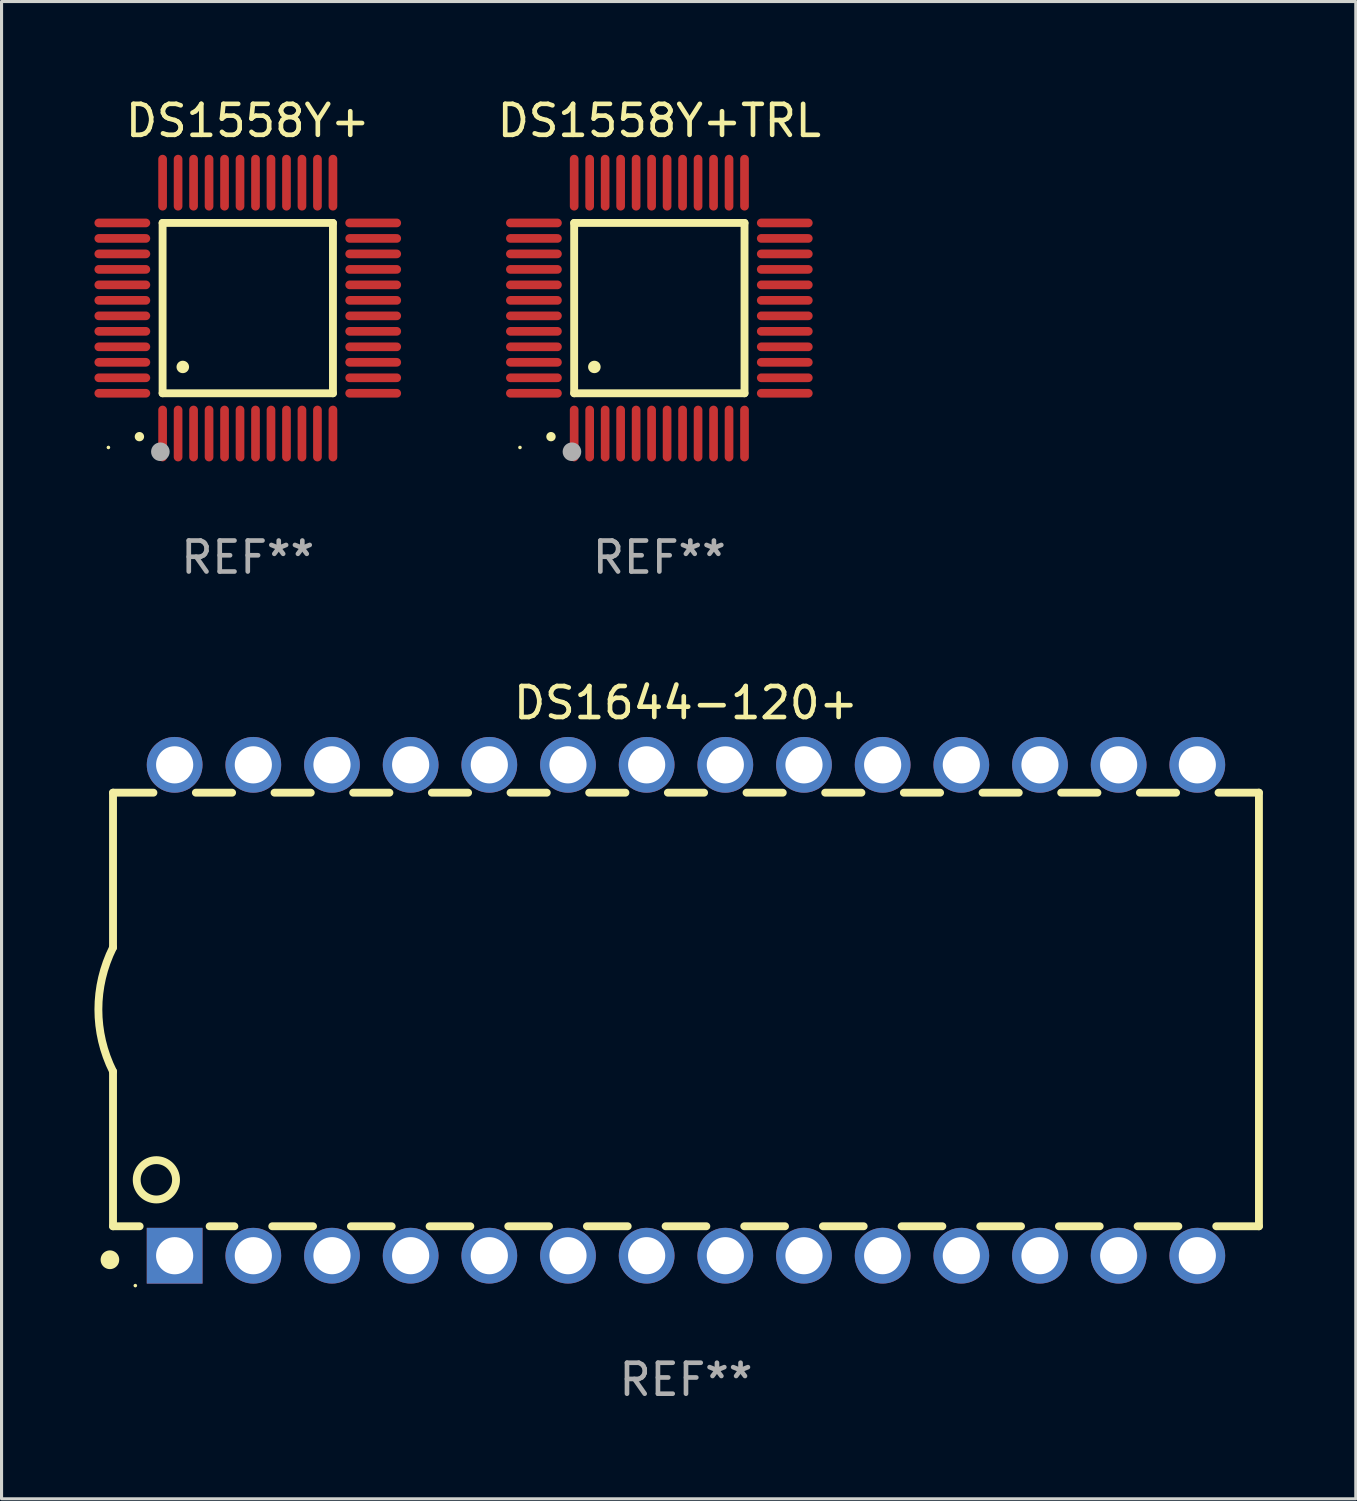
<source format=kicad_pcb>
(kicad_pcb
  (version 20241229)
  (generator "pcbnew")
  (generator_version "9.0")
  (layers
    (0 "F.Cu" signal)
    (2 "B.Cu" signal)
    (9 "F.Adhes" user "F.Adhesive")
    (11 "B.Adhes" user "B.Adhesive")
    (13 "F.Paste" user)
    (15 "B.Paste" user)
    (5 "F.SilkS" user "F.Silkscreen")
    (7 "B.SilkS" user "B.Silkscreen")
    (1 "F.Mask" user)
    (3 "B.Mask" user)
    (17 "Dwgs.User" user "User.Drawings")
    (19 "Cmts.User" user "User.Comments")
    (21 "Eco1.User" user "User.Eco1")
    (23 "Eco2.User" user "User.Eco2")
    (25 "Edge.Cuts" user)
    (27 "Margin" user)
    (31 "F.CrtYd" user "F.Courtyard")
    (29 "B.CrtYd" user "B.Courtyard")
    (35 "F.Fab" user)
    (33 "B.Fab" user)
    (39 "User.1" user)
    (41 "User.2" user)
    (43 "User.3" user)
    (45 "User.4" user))
  (footprint "DS1558Y+TRL"
    (layer "F.Cu")
    (at 18.239 6.898)
    (property "Reference" "DS1558Y+TRL" (at 0 -6.05 0) (layer "F.SilkS") (effects (font (size 1 1) (thickness 0.15))))
    (attr through_hole)
    (fp_line (start -2.75 -2.75) (end 2.75 -2.75) (stroke (width 0.254) (type solid)) (layer "F.SilkS"))
    (fp_line (start -2.75 2.75) (end -2.75 -2.75) (stroke (width 0.254) (type solid)) (layer "F.SilkS"))
    (fp_line (start 2.75 -2.75) (end 2.75 2.75) (stroke (width 0.254) (type solid)) (layer "F.SilkS"))
    (fp_line (start 2.75 2.75) (end -2.75 2.75) (stroke (width 0.254) (type solid)) (layer "F.SilkS"))
    (fp_arc (start -3.500127 4.150368) (mid -3.498857 4.150363) (end -3.497587 4.150368) (stroke (width 0.3) (type solid)) (layer "F.SilkS"))
    (fp_arc (start -2.100584 1.899924) (mid -2.098044 1.899908) (end -2.095504 1.899924) (stroke (width 0.4) (type solid)) (layer "F.SilkS"))
    (fp_circle (center -4.5 4.5) (end -4.47 4.5) (stroke (width 0.06) (type solid)) (fill no) (layer "F.SilkS"))
    (fp_circle (center -2.822 4.638) (end -2.672 4.638) (stroke (width 0.3) (type solid)) (fill no) (layer "F.Fab"))
    (fp_text user "REF**" (at 0 8.05 0) (layer "F.Fab") (effects (font (size 1 1) (thickness 0.15))))
    (pad "1" smd oval (at -2.75 4.05) (size 0.28 1.8) (layers "F.Cu" "F.Mask" "F.Paste"))
    (pad "2" smd oval (at -2.25 4.05) (size 0.28 1.8) (layers "F.Cu" "F.Mask" "F.Paste"))
    (pad "3" smd oval (at -1.75 4.05) (size 0.28 1.8) (layers "F.Cu" "F.Mask" "F.Paste"))
    (pad "4" smd oval (at -1.25 4.05) (size 0.28 1.8) (layers "F.Cu" "F.Mask" "F.Paste"))
    (pad "5" smd oval (at -0.75 4.05) (size 0.28 1.8) (layers "F.Cu" "F.Mask" "F.Paste"))
    (pad "6" smd oval (at -0.25 4.05) (size 0.28 1.8) (layers "F.Cu" "F.Mask" "F.Paste"))
    (pad "7" smd oval (at 0.25 4.05) (size 0.28 1.8) (layers "F.Cu" "F.Mask" "F.Paste"))
    (pad "8" smd oval (at 0.75 4.05) (size 0.28 1.8) (layers "F.Cu" "F.Mask" "F.Paste"))
    (pad "9" smd oval (at 1.25 4.05) (size 0.28 1.8) (layers "F.Cu" "F.Mask" "F.Paste"))
    (pad "10" smd oval (at 1.75 4.05) (size 0.28 1.8) (layers "F.Cu" "F.Mask" "F.Paste"))
    (pad "11" smd oval (at 2.25 4.05) (size 0.28 1.8) (layers "F.Cu" "F.Mask" "F.Paste"))
    (pad "12" smd oval (at 2.75 4.05) (size 0.28 1.8) (layers "F.Cu" "F.Mask" "F.Paste"))
    (pad "13" smd oval (at 4.05 2.75) (size 1.8 0.28) (layers "F.Cu" "F.Mask" "F.Paste"))
    (pad "14" smd oval (at 4.05 2.25) (size 1.8 0.28) (layers "F.Cu" "F.Mask" "F.Paste"))
    (pad "15" smd oval (at 4.05 1.75) (size 1.8 0.28) (layers "F.Cu" "F.Mask" "F.Paste"))
    (pad "16" smd oval (at 4.05 1.25) (size 1.8 0.28) (layers "F.Cu" "F.Mask" "F.Paste"))
    (pad "17" smd oval (at 4.05 0.75) (size 1.8 0.28) (layers "F.Cu" "F.Mask" "F.Paste"))
    (pad "18" smd oval (at 4.05 0.25) (size 1.8 0.28) (layers "F.Cu" "F.Mask" "F.Paste"))
    (pad "19" smd oval (at 4.05 -0.25) (size 1.8 0.28) (layers "F.Cu" "F.Mask" "F.Paste"))
    (pad "20" smd oval (at 4.05 -0.75) (size 1.8 0.28) (layers "F.Cu" "F.Mask" "F.Paste"))
    (pad "21" smd oval (at 4.05 -1.25) (size 1.8 0.28) (layers "F.Cu" "F.Mask" "F.Paste"))
    (pad "22" smd oval (at 4.05 -1.75) (size 1.8 0.28) (layers "F.Cu" "F.Mask" "F.Paste"))
    (pad "23" smd oval (at 4.05 -2.25) (size 1.8 0.28) (layers "F.Cu" "F.Mask" "F.Paste"))
    (pad "24" smd oval (at 4.05 -2.75) (size 1.8 0.28) (layers "F.Cu" "F.Mask" "F.Paste"))
    (pad "25" smd oval (at 2.75 -4.05) (size 0.28 1.8) (layers "F.Cu" "F.Mask" "F.Paste"))
    (pad "26" smd oval (at 2.25 -4.05) (size 0.28 1.8) (layers "F.Cu" "F.Mask" "F.Paste"))
    (pad "27" smd oval (at 1.75 -4.05) (size 0.28 1.8) (layers "F.Cu" "F.Mask" "F.Paste"))
    (pad "28" smd oval (at 1.25 -4.05) (size 0.28 1.8) (layers "F.Cu" "F.Mask" "F.Paste"))
    (pad "29" smd oval (at 0.75 -4.05) (size 0.28 1.8) (layers "F.Cu" "F.Mask" "F.Paste"))
    (pad "30" smd oval (at 0.25 -4.05) (size 0.28 1.8) (layers "F.Cu" "F.Mask" "F.Paste"))
    (pad "31" smd oval (at -0.25 -4.05) (size 0.28 1.8) (layers "F.Cu" "F.Mask" "F.Paste"))
    (pad "32" smd oval (at -0.75 -4.05) (size 0.28 1.8) (layers "F.Cu" "F.Mask" "F.Paste"))
    (pad "33" smd oval (at -1.25 -4.05) (size 0.28 1.8) (layers "F.Cu" "F.Mask" "F.Paste"))
    (pad "34" smd oval (at -1.75 -4.05) (size 0.28 1.8) (layers "F.Cu" "F.Mask" "F.Paste"))
    (pad "35" smd oval (at -2.25 -4.05) (size 0.28 1.8) (layers "F.Cu" "F.Mask" "F.Paste"))
    (pad "36" smd oval (at -2.75 -4.05) (size 0.28 1.8) (layers "F.Cu" "F.Mask" "F.Paste"))
    (pad "37" smd oval (at -4.05 -2.75) (size 1.8 0.28) (layers "F.Cu" "F.Mask" "F.Paste"))
    (pad "38" smd oval (at -4.05 -2.25) (size 1.8 0.28) (layers "F.Cu" "F.Mask" "F.Paste"))
    (pad "39" smd oval (at -4.05 -1.75) (size 1.8 0.28) (layers "F.Cu" "F.Mask" "F.Paste"))
    (pad "40" smd oval (at -4.05 -1.25) (size 1.8 0.28) (layers "F.Cu" "F.Mask" "F.Paste"))
    (pad "41" smd oval (at -4.05 -0.75) (size 1.8 0.28) (layers "F.Cu" "F.Mask" "F.Paste"))
    (pad "42" smd oval (at -4.05 -0.25) (size 1.8 0.28) (layers "F.Cu" "F.Mask" "F.Paste"))
    (pad "43" smd oval (at -4.05 0.25) (size 1.8 0.28) (layers "F.Cu" "F.Mask" "F.Paste"))
    (pad "44" smd oval (at -4.05 0.75) (size 1.8 0.28) (layers "F.Cu" "F.Mask" "F.Paste"))
    (pad "45" smd oval (at -4.05 1.25) (size 1.8 0.28) (layers "F.Cu" "F.Mask" "F.Paste"))
    (pad "46" smd oval (at -4.05 1.75) (size 1.8 0.28) (layers "F.Cu" "F.Mask" "F.Paste"))
    (pad "47" smd oval (at -4.05 2.25) (size 1.8 0.28) (layers "F.Cu" "F.Mask" "F.Paste"))
    (pad "48" smd oval (at -4.05 2.75) (size 1.8 0.28) (layers "F.Cu" "F.Mask" "F.Paste")))
  (footprint "DS1558Y+"
    (layer "F.Cu")
    (at 4.95 6.898)
    (property "Reference" "DS1558Y+" (at 0 -6.05 0) (layer "F.SilkS") (effects (font (size 1 1) (thickness 0.15))))
    (attr through_hole)
    (fp_line (start -2.75 -2.75) (end 2.75 -2.75) (stroke (width 0.254) (type solid)) (layer "F.SilkS"))
    (fp_line (start -2.75 2.75) (end -2.75 -2.75) (stroke (width 0.254) (type solid)) (layer "F.SilkS"))
    (fp_line (start 2.75 -2.75) (end 2.75 2.75) (stroke (width 0.254) (type solid)) (layer "F.SilkS"))
    (fp_line (start 2.75 2.75) (end -2.75 2.75) (stroke (width 0.254) (type solid)) (layer "F.SilkS"))
    (fp_arc (start -3.500127 4.150368) (mid -3.498857 4.150363) (end -3.497587 4.150368) (stroke (width 0.3) (type solid)) (layer "F.SilkS"))
    (fp_arc (start -2.100584 1.899924) (mid -2.098044 1.899908) (end -2.095504 1.899924) (stroke (width 0.4) (type solid)) (layer "F.SilkS"))
    (fp_circle (center -4.5 4.5) (end -4.47 4.5) (stroke (width 0.06) (type solid)) (fill no) (layer "F.SilkS"))
    (fp_circle (center -2.822 4.638) (end -2.672 4.638) (stroke (width 0.3) (type solid)) (fill no) (layer "F.Fab"))
    (fp_text user "REF**" (at 0 8.05 0) (layer "F.Fab") (effects (font (size 1 1) (thickness 0.15))))
    (pad "1" smd oval (at -2.75 4.05) (size 0.28 1.8) (layers "F.Cu" "F.Mask" "F.Paste"))
    (pad "2" smd oval (at -2.25 4.05) (size 0.28 1.8) (layers "F.Cu" "F.Mask" "F.Paste"))
    (pad "3" smd oval (at -1.75 4.05) (size 0.28 1.8) (layers "F.Cu" "F.Mask" "F.Paste"))
    (pad "4" smd oval (at -1.25 4.05) (size 0.28 1.8) (layers "F.Cu" "F.Mask" "F.Paste"))
    (pad "5" smd oval (at -0.75 4.05) (size 0.28 1.8) (layers "F.Cu" "F.Mask" "F.Paste"))
    (pad "6" smd oval (at -0.25 4.05) (size 0.28 1.8) (layers "F.Cu" "F.Mask" "F.Paste"))
    (pad "7" smd oval (at 0.25 4.05) (size 0.28 1.8) (layers "F.Cu" "F.Mask" "F.Paste"))
    (pad "8" smd oval (at 0.75 4.05) (size 0.28 1.8) (layers "F.Cu" "F.Mask" "F.Paste"))
    (pad "9" smd oval (at 1.25 4.05) (size 0.28 1.8) (layers "F.Cu" "F.Mask" "F.Paste"))
    (pad "10" smd oval (at 1.75 4.05) (size 0.28 1.8) (layers "F.Cu" "F.Mask" "F.Paste"))
    (pad "11" smd oval (at 2.25 4.05) (size 0.28 1.8) (layers "F.Cu" "F.Mask" "F.Paste"))
    (pad "12" smd oval (at 2.75 4.05) (size 0.28 1.8) (layers "F.Cu" "F.Mask" "F.Paste"))
    (pad "13" smd oval (at 4.05 2.75) (size 1.8 0.28) (layers "F.Cu" "F.Mask" "F.Paste"))
    (pad "14" smd oval (at 4.05 2.25) (size 1.8 0.28) (layers "F.Cu" "F.Mask" "F.Paste"))
    (pad "15" smd oval (at 4.05 1.75) (size 1.8 0.28) (layers "F.Cu" "F.Mask" "F.Paste"))
    (pad "16" smd oval (at 4.05 1.25) (size 1.8 0.28) (layers "F.Cu" "F.Mask" "F.Paste"))
    (pad "17" smd oval (at 4.05 0.75) (size 1.8 0.28) (layers "F.Cu" "F.Mask" "F.Paste"))
    (pad "18" smd oval (at 4.05 0.25) (size 1.8 0.28) (layers "F.Cu" "F.Mask" "F.Paste"))
    (pad "19" smd oval (at 4.05 -0.25) (size 1.8 0.28) (layers "F.Cu" "F.Mask" "F.Paste"))
    (pad "20" smd oval (at 4.05 -0.75) (size 1.8 0.28) (layers "F.Cu" "F.Mask" "F.Paste"))
    (pad "21" smd oval (at 4.05 -1.25) (size 1.8 0.28) (layers "F.Cu" "F.Mask" "F.Paste"))
    (pad "22" smd oval (at 4.05 -1.75) (size 1.8 0.28) (layers "F.Cu" "F.Mask" "F.Paste"))
    (pad "23" smd oval (at 4.05 -2.25) (size 1.8 0.28) (layers "F.Cu" "F.Mask" "F.Paste"))
    (pad "24" smd oval (at 4.05 -2.75) (size 1.8 0.28) (layers "F.Cu" "F.Mask" "F.Paste"))
    (pad "25" smd oval (at 2.75 -4.05) (size 0.28 1.8) (layers "F.Cu" "F.Mask" "F.Paste"))
    (pad "26" smd oval (at 2.25 -4.05) (size 0.28 1.8) (layers "F.Cu" "F.Mask" "F.Paste"))
    (pad "27" smd oval (at 1.75 -4.05) (size 0.28 1.8) (layers "F.Cu" "F.Mask" "F.Paste"))
    (pad "28" smd oval (at 1.25 -4.05) (size 0.28 1.8) (layers "F.Cu" "F.Mask" "F.Paste"))
    (pad "29" smd oval (at 0.75 -4.05) (size 0.28 1.8) (layers "F.Cu" "F.Mask" "F.Paste"))
    (pad "30" smd oval (at 0.25 -4.05) (size 0.28 1.8) (layers "F.Cu" "F.Mask" "F.Paste"))
    (pad "31" smd oval (at -0.25 -4.05) (size 0.28 1.8) (layers "F.Cu" "F.Mask" "F.Paste"))
    (pad "32" smd oval (at -0.75 -4.05) (size 0.28 1.8) (layers "F.Cu" "F.Mask" "F.Paste"))
    (pad "33" smd oval (at -1.25 -4.05) (size 0.28 1.8) (layers "F.Cu" "F.Mask" "F.Paste"))
    (pad "34" smd oval (at -1.75 -4.05) (size 0.28 1.8) (layers "F.Cu" "F.Mask" "F.Paste"))
    (pad "35" smd oval (at -2.25 -4.05) (size 0.28 1.8) (layers "F.Cu" "F.Mask" "F.Paste"))
    (pad "36" smd oval (at -2.75 -4.05) (size 0.28 1.8) (layers "F.Cu" "F.Mask" "F.Paste"))
    (pad "37" smd oval (at -4.05 -2.75) (size 1.8 0.28) (layers "F.Cu" "F.Mask" "F.Paste"))
    (pad "38" smd oval (at -4.05 -2.25) (size 1.8 0.28) (layers "F.Cu" "F.Mask" "F.Paste"))
    (pad "39" smd oval (at -4.05 -1.75) (size 1.8 0.28) (layers "F.Cu" "F.Mask" "F.Paste"))
    (pad "40" smd oval (at -4.05 -1.25) (size 1.8 0.28) (layers "F.Cu" "F.Mask" "F.Paste"))
    (pad "41" smd oval (at -4.05 -0.75) (size 1.8 0.28) (layers "F.Cu" "F.Mask" "F.Paste"))
    (pad "42" smd oval (at -4.05 -0.25) (size 1.8 0.28) (layers "F.Cu" "F.Mask" "F.Paste"))
    (pad "43" smd oval (at -4.05 0.25) (size 1.8 0.28) (layers "F.Cu" "F.Mask" "F.Paste"))
    (pad "44" smd oval (at -4.05 0.75) (size 1.8 0.28) (layers "F.Cu" "F.Mask" "F.Paste"))
    (pad "45" smd oval (at -4.05 1.25) (size 1.8 0.28) (layers "F.Cu" "F.Mask" "F.Paste"))
    (pad "46" smd oval (at -4.05 1.75) (size 1.8 0.28) (layers "F.Cu" "F.Mask" "F.Paste"))
    (pad "47" smd oval (at -4.05 2.25) (size 1.8 0.28) (layers "F.Cu" "F.Mask" "F.Paste"))
    (pad "48" smd oval (at -4.05 2.75) (size 1.8 0.28) (layers "F.Cu" "F.Mask" "F.Paste")))
  (footprint "DS1644-120+"
    (layer "F.Cu")
    (at 19.099 29.57)
    (property "Reference" "DS1644-120+" (at 0 -9.925 0) (layer "F.SilkS") (effects (font (size 1 1) (thickness 0.15))))
    (attr through_hole)
    (fp_line (start -18.5 -7.026) (end -18.5 -2.026) (stroke (width 0.254) (type solid)) (layer "F.SilkS"))
    (fp_line (start -18.5 1.974) (end -18.5 6.974) (stroke (width 0.254) (type solid)) (layer "F.SilkS"))
    (fp_line (start -17.64 6.974) (end -18.5 6.974) (stroke (width 0.254) (type solid)) (layer "F.SilkS"))
    (fp_line (start -17.195 -7.026) (end -18.5 -7.026) (stroke (width 0.254) (type solid)) (layer "F.SilkS"))
    (fp_line (start -14.655 -7.026) (end -15.825 -7.026) (stroke (width 0.254) (type solid)) (layer "F.SilkS"))
    (fp_line (start -14.582 6.974) (end -15.38 6.974) (stroke (width 0.254) (type solid)) (layer "F.SilkS"))
    (fp_line (start -12.115 -7.026) (end -13.285 -7.026) (stroke (width 0.254) (type solid)) (layer "F.SilkS"))
    (fp_line (start -12.042 6.974) (end -13.358 6.974) (stroke (width 0.254) (type solid)) (layer "F.SilkS"))
    (fp_line (start -9.575 -7.026) (end -10.745 -7.026) (stroke (width 0.254) (type solid)) (layer "F.SilkS"))
    (fp_line (start -9.502 6.974) (end -10.818 6.974) (stroke (width 0.254) (type solid)) (layer "F.SilkS"))
    (fp_line (start -7.035 -7.026) (end -8.205 -7.026) (stroke (width 0.254) (type solid)) (layer "F.SilkS"))
    (fp_line (start -6.962 6.974) (end -8.278 6.974) (stroke (width 0.254) (type solid)) (layer "F.SilkS"))
    (fp_line (start -4.495 -7.026) (end -5.665 -7.026) (stroke (width 0.254) (type solid)) (layer "F.SilkS"))
    (fp_line (start -4.422 6.974) (end -5.738 6.974) (stroke (width 0.254) (type solid)) (layer "F.SilkS"))
    (fp_line (start -1.955 -7.026) (end -3.125 -7.026) (stroke (width 0.254) (type solid)) (layer "F.SilkS"))
    (fp_line (start -1.882 6.974) (end -3.198 6.974) (stroke (width 0.254) (type solid)) (layer "F.SilkS"))
    (fp_line (start 0.585 -7.026) (end -0.585 -7.026) (stroke (width 0.254) (type solid)) (layer "F.SilkS"))
    (fp_line (start 0.658 6.974) (end -0.658 6.974) (stroke (width 0.254) (type solid)) (layer "F.SilkS"))
    (fp_line (start 3.125 -7.026) (end 1.955 -7.026) (stroke (width 0.254) (type solid)) (layer "F.SilkS"))
    (fp_line (start 3.198 6.974) (end 1.882 6.974) (stroke (width 0.254) (type solid)) (layer "F.SilkS"))
    (fp_line (start 5.665 -7.026) (end 4.495 -7.026) (stroke (width 0.254) (type solid)) (layer "F.SilkS"))
    (fp_line (start 5.738 6.974) (end 4.422 6.974) (stroke (width 0.254) (type solid)) (layer "F.SilkS"))
    (fp_line (start 8.205 -7.026) (end 7.035 -7.026) (stroke (width 0.254) (type solid)) (layer "F.SilkS"))
    (fp_line (start 8.278 6.974) (end 6.962 6.974) (stroke (width 0.254) (type solid)) (layer "F.SilkS"))
    (fp_line (start 10.745 -7.026) (end 9.575 -7.026) (stroke (width 0.254) (type solid)) (layer "F.SilkS"))
    (fp_line (start 10.818 6.974) (end 9.502 6.974) (stroke (width 0.254) (type solid)) (layer "F.SilkS"))
    (fp_line (start 13.285 -7.026) (end 12.115 -7.026) (stroke (width 0.254) (type solid)) (layer "F.SilkS"))
    (fp_line (start 13.358 6.974) (end 12.042 6.974) (stroke (width 0.254) (type solid)) (layer "F.SilkS"))
    (fp_line (start 15.825 -7.026) (end 14.655 -7.026) (stroke (width 0.254) (type solid)) (layer "F.SilkS"))
    (fp_line (start 15.898 6.974) (end 14.582 6.974) (stroke (width 0.254) (type solid)) (layer "F.SilkS"))
    (fp_line (start 18.5 -7.026) (end 17.195 -7.026) (stroke (width 0.254) (type solid)) (layer "F.SilkS"))
    (fp_line (start 18.5 6.974) (end 17.122 6.974) (stroke (width 0.254) (type solid)) (layer "F.SilkS"))
    (fp_line (start 18.5 6.974) (end 18.5 -7.026) (stroke (width 0.254) (type solid)) (layer "F.SilkS"))
    (fp_arc (start -18.599924 8.057734) (mid -18.599935 8.055207) (end -18.599924 8.052679) (stroke (width 0.6) (type solid)) (layer "F.SilkS"))
    (fp_arc (start -18.500051 1.974346) (mid -18.972187 -0.025654) (end -18.500051 -2.025654) (stroke (width 0.254001) (type solid)) (layer "F.SilkS"))
    (fp_circle (center -17.78 8.89) (end -17.75 8.89) (stroke (width 0.06) (type solid)) (fill no) (layer "F.SilkS"))
    (fp_circle (center -17.1 5.474) (end -16.465 5.474) (stroke (width 0.254) (type solid)) (fill no) (layer "F.SilkS"))
    (fp_text user "REF**" (at 0 11.925 0) (layer "F.Fab") (effects (font (size 1 1) (thickness 0.15))))
    (pad "1" thru_hole rect (at -16.51 7.925) (size 1.8 1.8) (drill 1.2) (layers "*.Cu" "*.Mask"))
    (pad "2" thru_hole circle (at -13.97 7.925) (size 1.8 1.8) (drill 1.2) (layers "*.Cu" "*.Mask"))
    (pad "3" thru_hole circle (at -11.43 7.924) (size 1.8 1.8) (drill 1.2) (layers "*.Cu" "*.Mask"))
    (pad "4" thru_hole circle (at -8.89 7.924) (size 1.8 1.8) (drill 1.2) (layers "*.Cu" "*.Mask"))
    (pad "5" thru_hole circle (at -6.35 7.924) (size 1.8 1.8) (drill 1.2) (layers "*.Cu" "*.Mask"))
    (pad "6" thru_hole circle (at -3.81 7.924) (size 1.8 1.8) (drill 1.2) (layers "*.Cu" "*.Mask"))
    (pad "7" thru_hole circle (at -1.27 7.924) (size 1.8 1.8) (drill 1.2) (layers "*.Cu" "*.Mask"))
    (pad "8" thru_hole circle (at 1.27 7.924) (size 1.8 1.8) (drill 1.2) (layers "*.Cu" "*.Mask"))
    (pad "9" thru_hole circle (at 3.81 7.924) (size 1.8 1.8) (drill 1.2) (layers "*.Cu" "*.Mask"))
    (pad "10" thru_hole circle (at 6.35 7.924) (size 1.8 1.8) (drill 1.2) (layers "*.Cu" "*.Mask"))
    (pad "11" thru_hole circle (at 8.89 7.924) (size 1.8 1.8) (drill 1.2) (layers "*.Cu" "*.Mask"))
    (pad "12" thru_hole circle (at 11.43 7.924) (size 1.8 1.8) (drill 1.2) (layers "*.Cu" "*.Mask"))
    (pad "13" thru_hole circle (at 13.97 7.924) (size 1.8 1.8) (drill 1.2) (layers "*.Cu" "*.Mask"))
    (pad "14" thru_hole circle (at 16.51 7.924) (size 1.8 1.8) (drill 1.2) (layers "*.Cu" "*.Mask"))
    (pad "15" thru_hole circle (at 16.51 -7.925) (size 1.8 1.8) (drill 1.2) (layers "*.Cu" "*.Mask"))
    (pad "16" thru_hole circle (at 13.97 -7.925) (size 1.8 1.8) (drill 1.2) (layers "*.Cu" "*.Mask"))
    (pad "17" thru_hole circle (at 11.43 -7.925) (size 1.8 1.8) (drill 1.2) (layers "*.Cu" "*.Mask"))
    (pad "18" thru_hole circle (at 8.89 -7.925) (size 1.8 1.8) (drill 1.2) (layers "*.Cu" "*.Mask"))
    (pad "19" thru_hole circle (at 6.35 -7.925) (size 1.8 1.8) (drill 1.2) (layers "*.Cu" "*.Mask"))
    (pad "20" thru_hole circle (at 3.81 -7.925) (size 1.8 1.8) (drill 1.2) (layers "*.Cu" "*.Mask"))
    (pad "21" thru_hole circle (at 1.27 -7.925) (size 1.8 1.8) (drill 1.2) (layers "*.Cu" "*.Mask"))
    (pad "22" thru_hole circle (at -1.27 -7.925) (size 1.8 1.8) (drill 1.2) (layers "*.Cu" "*.Mask"))
    (pad "23" thru_hole circle (at -3.81 -7.925) (size 1.8 1.8) (drill 1.2) (layers "*.Cu" "*.Mask"))
    (pad "24" thru_hole circle (at -6.35 -7.925) (size 1.8 1.8) (drill 1.2) (layers "*.Cu" "*.Mask"))
    (pad "25" thru_hole circle (at -8.89 -7.925) (size 1.8 1.8) (drill 1.2) (layers "*.Cu" "*.Mask"))
    (pad "26" thru_hole circle (at -11.43 -7.925) (size 1.8 1.8) (drill 1.2) (layers "*.Cu" "*.Mask"))
    (pad "27" thru_hole circle (at -13.97 -7.925) (size 1.8 1.8) (drill 1.2) (layers "*.Cu" "*.Mask"))
    (pad "28" thru_hole circle (at -16.51 -7.925) (size 1.8 1.8) (drill 1.2) (layers "*.Cu" "*.Mask")))
  (gr_rect
    (start -3 -3)
    (end 40.726 45.343)
    (stroke (width 0.1) (type default))
    (fill no)
    (layer "Edge.Cuts")))
</source>
